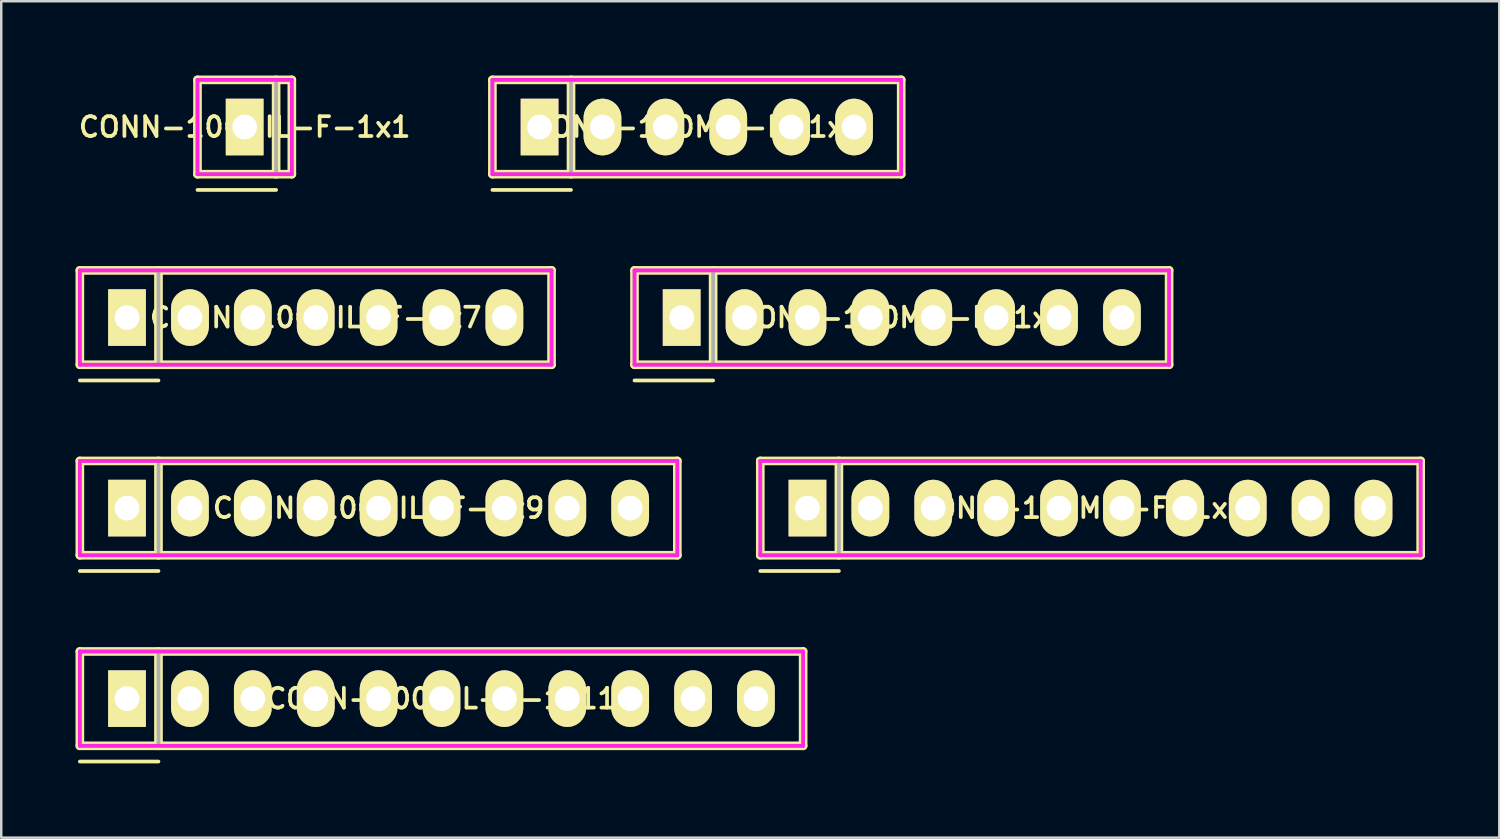
<source format=kicad_pcb>
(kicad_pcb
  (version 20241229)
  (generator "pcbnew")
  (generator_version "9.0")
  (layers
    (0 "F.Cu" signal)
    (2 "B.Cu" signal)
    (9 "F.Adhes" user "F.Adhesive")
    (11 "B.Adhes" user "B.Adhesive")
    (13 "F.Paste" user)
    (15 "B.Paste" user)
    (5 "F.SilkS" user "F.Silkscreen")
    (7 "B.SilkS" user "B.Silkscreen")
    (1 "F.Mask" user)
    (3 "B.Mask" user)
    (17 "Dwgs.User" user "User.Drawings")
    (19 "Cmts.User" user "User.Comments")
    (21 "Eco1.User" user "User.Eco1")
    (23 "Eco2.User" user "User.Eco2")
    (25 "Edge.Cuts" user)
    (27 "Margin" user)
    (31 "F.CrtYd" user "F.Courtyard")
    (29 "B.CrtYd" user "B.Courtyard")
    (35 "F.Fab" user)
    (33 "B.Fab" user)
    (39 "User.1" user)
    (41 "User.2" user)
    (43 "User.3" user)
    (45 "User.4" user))
  (footprint "CONN-100MIL-F-1x1"
    (layer "F.Cu")
    (at 6.831 2.08)
    (property "Reference" "CONN-100MIL-F-1x1" (at 0 0 0) (layer "F.SilkS") (effects (font (size 0.8 0.8) (thickness 0.15))))
    (attr through_hole)
    (fp_line (start -1.905 -1.905) (end 1.905 -1.905) (stroke (width 0.35) (type solid)) (layer "F.SilkS"))
    (fp_line (start -1.905 1.905) (end -1.905 -1.905) (stroke (width 0.35) (type solid)) (layer "F.SilkS"))
    (fp_line (start -1.905 2.54) (end 1.27 2.54) (stroke (width 0.15) (type solid)) (layer "F.SilkS"))
    (fp_line (start 1.27 -1.905) (end 1.27 1.905) (stroke (width 0.35) (type solid)) (layer "F.SilkS"))
    (fp_line (start 1.905 -1.905) (end 1.905 1.905) (stroke (width 0.35) (type solid)) (layer "F.SilkS"))
    (fp_line (start 1.905 1.905) (end -1.905 1.905) (stroke (width 0.35) (type solid)) (layer "F.SilkS"))
    (fp_line (start -1.905 -1.905) (end 1.905 -1.905) (stroke (width 0.15) (type solid)) (layer "F.CrtYd"))
    (fp_line (start -1.905 1.905) (end -1.905 -1.905) (stroke (width 0.15) (type solid)) (layer "F.CrtYd"))
    (fp_line (start 1.905 -1.905) (end 1.905 1.905) (stroke (width 0.15) (type solid)) (layer "F.CrtYd"))
    (fp_line (start 1.905 1.905) (end -1.905 1.905) (stroke (width 0.15) (type solid)) (layer "F.CrtYd"))
    (fp_line (start -1.905 -1.905) (end 1.905 -1.905) (stroke (width 0.15) (type solid)) (layer "F.Fab"))
    (fp_line (start -1.905 1.905) (end -1.905 -1.905) (stroke (width 0.15) (type solid)) (layer "F.Fab"))
    (fp_line (start 1.27 -1.905) (end 1.27 1.905) (stroke (width 0.15) (type solid)) (layer "F.Fab"))
    (fp_line (start 1.905 -1.905) (end 1.905 1.905) (stroke (width 0.15) (type solid)) (layer "F.Fab"))
    (fp_line (start 1.905 1.905) (end -1.905 1.905) (stroke (width 0.15) (type solid)) (layer "F.Fab"))
    (pad "1" thru_hole rect (at 0 0) (size 1.524 2.286) (drill 1) (layers "*.Cu" "*.Mask" "F.SilkS")))
  (footprint "CONN-100MIL-F-1x9"
    (layer "F.Cu")
    (at 12.24 17.47)
    (property "Reference" "CONN-100MIL-F-1x9" (at 0 0 0) (layer "F.SilkS") (effects (font (size 0.8 0.8) (thickness 0.15))))
    (attr through_hole)
    (fp_line (start -12.065 -1.905) (end 12.065 -1.905) (stroke (width 0.35) (type solid)) (layer "F.SilkS"))
    (fp_line (start -12.065 1.905) (end -12.065 -1.905) (stroke (width 0.35) (type solid)) (layer "F.SilkS"))
    (fp_line (start -12.065 2.54) (end -8.89 2.54) (stroke (width 0.15) (type solid)) (layer "F.SilkS"))
    (fp_line (start -8.89 -1.905) (end -8.89 1.905) (stroke (width 0.35) (type solid)) (layer "F.SilkS"))
    (fp_line (start 12.065 -1.905) (end 12.065 1.905) (stroke (width 0.35) (type solid)) (layer "F.SilkS"))
    (fp_line (start 12.065 1.905) (end -12.065 1.905) (stroke (width 0.35) (type solid)) (layer "F.SilkS"))
    (fp_line (start -12.065 -1.905) (end 12.065 -1.905) (stroke (width 0.15) (type solid)) (layer "F.CrtYd"))
    (fp_line (start -12.065 1.905) (end -12.065 -1.905) (stroke (width 0.15) (type solid)) (layer "F.CrtYd"))
    (fp_line (start 12.065 -1.905) (end 12.065 1.905) (stroke (width 0.15) (type solid)) (layer "F.CrtYd"))
    (fp_line (start 12.065 1.905) (end -12.065 1.905) (stroke (width 0.15) (type solid)) (layer "F.CrtYd"))
    (fp_line (start -12.065 -1.905) (end 12.065 -1.905) (stroke (width 0.15) (type solid)) (layer "F.Fab"))
    (fp_line (start -12.065 1.905) (end -12.065 -1.905) (stroke (width 0.15) (type solid)) (layer "F.Fab"))
    (fp_line (start -8.89 -1.905) (end -8.89 1.905) (stroke (width 0.15) (type solid)) (layer "F.Fab"))
    (fp_line (start 12.065 -1.905) (end 12.065 1.905) (stroke (width 0.15) (type solid)) (layer "F.Fab"))
    (fp_line (start 12.065 1.905) (end -12.065 1.905) (stroke (width 0.15) (type solid)) (layer "F.Fab"))
    (pad "1" thru_hole rect (at -10.16 0) (size 1.524 2.286) (drill 1) (layers "*.Cu" "*.Mask" "F.SilkS"))
    (pad "2" thru_hole oval (at -7.62 0) (size 1.524 2.286) (drill 1) (layers "*.Cu" "*.Mask" "F.SilkS"))
    (pad "3" thru_hole oval (at -5.08 0) (size 1.524 2.286) (drill 1) (layers "*.Cu" "*.Mask" "F.SilkS"))
    (pad "4" thru_hole oval (at -2.54 0) (size 1.524 2.286) (drill 1) (layers "*.Cu" "*.Mask" "F.SilkS"))
    (pad "5" thru_hole oval (at 0 0) (size 1.524 2.286) (drill 1) (layers "*.Cu" "*.Mask" "F.SilkS"))
    (pad "6" thru_hole oval (at 2.54 0) (size 1.524 2.286) (drill 1) (layers "*.Cu" "*.Mask" "F.SilkS"))
    (pad "7" thru_hole oval (at 5.08 0) (size 1.524 2.286) (drill 1) (layers "*.Cu" "*.Mask" "F.SilkS"))
    (pad "8" thru_hole oval (at 7.62 0) (size 1.524 2.286) (drill 1) (layers "*.Cu" "*.Mask" "F.SilkS"))
    (pad "9" thru_hole oval (at 10.16 0) (size 1.524 2.286) (drill 1) (layers "*.Cu" "*.Mask" "F.SilkS")))
  (footprint "CONN-100MIL-F-1x8"
    (layer "F.Cu")
    (at 33.37 9.775)
    (property "Reference" "CONN-100MIL-F-1x8" (at 0 0 0) (layer "F.SilkS") (effects (font (size 0.8 0.8) (thickness 0.15))))
    (attr through_hole)
    (fp_line (start -10.795 -1.905) (end 10.795 -1.905) (stroke (width 0.35) (type solid)) (layer "F.SilkS"))
    (fp_line (start -10.795 1.905) (end -10.795 -1.905) (stroke (width 0.35) (type solid)) (layer "F.SilkS"))
    (fp_line (start -10.795 2.54) (end -7.62 2.54) (stroke (width 0.15) (type solid)) (layer "F.SilkS"))
    (fp_line (start -7.62 -1.905) (end -7.62 1.905) (stroke (width 0.35) (type solid)) (layer "F.SilkS"))
    (fp_line (start 10.795 -1.905) (end 10.795 1.905) (stroke (width 0.35) (type solid)) (layer "F.SilkS"))
    (fp_line (start 10.795 1.905) (end -10.795 1.905) (stroke (width 0.35) (type solid)) (layer "F.SilkS"))
    (fp_line (start -10.795 -1.905) (end 10.795 -1.905) (stroke (width 0.15) (type solid)) (layer "F.CrtYd"))
    (fp_line (start -10.795 1.905) (end -10.795 -1.905) (stroke (width 0.15) (type solid)) (layer "F.CrtYd"))
    (fp_line (start 10.795 -1.905) (end 10.795 1.905) (stroke (width 0.15) (type solid)) (layer "F.CrtYd"))
    (fp_line (start 10.795 1.905) (end -10.795 1.905) (stroke (width 0.15) (type solid)) (layer "F.CrtYd"))
    (fp_line (start -10.795 -1.905) (end 10.795 -1.905) (stroke (width 0.15) (type solid)) (layer "F.Fab"))
    (fp_line (start -10.795 1.905) (end -10.795 -1.905) (stroke (width 0.15) (type solid)) (layer "F.Fab"))
    (fp_line (start -7.62 -1.905) (end -7.62 1.905) (stroke (width 0.15) (type solid)) (layer "F.Fab"))
    (fp_line (start 10.795 -1.905) (end 10.795 1.905) (stroke (width 0.15) (type solid)) (layer "F.Fab"))
    (fp_line (start 10.795 1.905) (end -10.795 1.905) (stroke (width 0.15) (type solid)) (layer "F.Fab"))
    (pad "1" thru_hole rect (at -8.89 0) (size 1.524 2.286) (drill 1) (layers "*.Cu" "*.Mask" "F.SilkS"))
    (pad "2" thru_hole oval (at -6.35 0) (size 1.524 2.286) (drill 1) (layers "*.Cu" "*.Mask" "F.SilkS"))
    (pad "3" thru_hole oval (at -3.81 0) (size 1.524 2.286) (drill 1) (layers "*.Cu" "*.Mask" "F.SilkS"))
    (pad "4" thru_hole oval (at -1.27 0) (size 1.524 2.286) (drill 1) (layers "*.Cu" "*.Mask" "F.SilkS"))
    (pad "5" thru_hole oval (at 1.27 0) (size 1.524 2.286) (drill 1) (layers "*.Cu" "*.Mask" "F.SilkS"))
    (pad "6" thru_hole oval (at 3.81 0) (size 1.524 2.286) (drill 1) (layers "*.Cu" "*.Mask" "F.SilkS"))
    (pad "7" thru_hole oval (at 6.35 0) (size 1.524 2.286) (drill 1) (layers "*.Cu" "*.Mask" "F.SilkS"))
    (pad "8" thru_hole oval (at 8.89 0) (size 1.524 2.286) (drill 1) (layers "*.Cu" "*.Mask" "F.SilkS")))
  (footprint "CONN-100MIL-F-1x7"
    (layer "F.Cu")
    (at 9.7 9.775)
    (property "Reference" "CONN-100MIL-F-1x7" (at 0 0 0) (layer "F.SilkS") (effects (font (size 0.8 0.8) (thickness 0.15))))
    (attr through_hole)
    (fp_line (start -9.525 -1.905) (end 9.525 -1.905) (stroke (width 0.35) (type solid)) (layer "F.SilkS"))
    (fp_line (start -9.525 1.905) (end -9.525 -1.905) (stroke (width 0.35) (type solid)) (layer "F.SilkS"))
    (fp_line (start -9.525 2.54) (end -6.35 2.54) (stroke (width 0.15) (type solid)) (layer "F.SilkS"))
    (fp_line (start -6.35 -1.905) (end -6.35 1.905) (stroke (width 0.35) (type solid)) (layer "F.SilkS"))
    (fp_line (start 9.525 -1.905) (end 9.525 1.905) (stroke (width 0.35) (type solid)) (layer "F.SilkS"))
    (fp_line (start 9.525 1.905) (end -9.525 1.905) (stroke (width 0.35) (type solid)) (layer "F.SilkS"))
    (fp_line (start -9.525 -1.905) (end 9.525 -1.905) (stroke (width 0.15) (type solid)) (layer "F.CrtYd"))
    (fp_line (start -9.525 1.905) (end -9.525 -1.905) (stroke (width 0.15) (type solid)) (layer "F.CrtYd"))
    (fp_line (start 9.525 -1.905) (end 9.525 1.905) (stroke (width 0.15) (type solid)) (layer "F.CrtYd"))
    (fp_line (start 9.525 1.905) (end -9.525 1.905) (stroke (width 0.15) (type solid)) (layer "F.CrtYd"))
    (fp_line (start -9.525 -1.905) (end 9.525 -1.905) (stroke (width 0.15) (type solid)) (layer "F.Fab"))
    (fp_line (start -9.525 1.905) (end -9.525 -1.905) (stroke (width 0.15) (type solid)) (layer "F.Fab"))
    (fp_line (start -6.35 -1.905) (end -6.35 1.905) (stroke (width 0.15) (type solid)) (layer "F.Fab"))
    (fp_line (start 9.525 -1.905) (end 9.525 1.905) (stroke (width 0.15) (type solid)) (layer "F.Fab"))
    (fp_line (start 9.525 1.905) (end -9.525 1.905) (stroke (width 0.15) (type solid)) (layer "F.Fab"))
    (pad "1" thru_hole rect (at -7.62 0) (size 1.524 2.286) (drill 1) (layers "*.Cu" "*.Mask" "F.SilkS"))
    (pad "2" thru_hole oval (at -5.08 0) (size 1.524 2.286) (drill 1) (layers "*.Cu" "*.Mask" "F.SilkS"))
    (pad "3" thru_hole oval (at -2.54 0) (size 1.524 2.286) (drill 1) (layers "*.Cu" "*.Mask" "F.SilkS"))
    (pad "4" thru_hole oval (at 0 0) (size 1.524 2.286) (drill 1) (layers "*.Cu" "*.Mask" "F.SilkS"))
    (pad "5" thru_hole oval (at 2.54 0) (size 1.524 2.286) (drill 1) (layers "*.Cu" "*.Mask" "F.SilkS"))
    (pad "6" thru_hole oval (at 5.08 0) (size 1.524 2.286) (drill 1) (layers "*.Cu" "*.Mask" "F.SilkS"))
    (pad "7" thru_hole oval (at 7.62 0) (size 1.524 2.286) (drill 1) (layers "*.Cu" "*.Mask" "F.SilkS")))
  (footprint "CONN-100MIL-F-1x10"
    (layer "F.Cu")
    (at 40.99 17.47)
    (property "Reference" "CONN-100MIL-F-1x10" (at 0 0 0) (layer "F.SilkS") (effects (font (size 0.8 0.8) (thickness 0.15))))
    (attr through_hole)
    (fp_line (start -13.335 -1.905) (end 13.335 -1.905) (stroke (width 0.35) (type solid)) (layer "F.SilkS"))
    (fp_line (start -13.335 1.905) (end -13.335 -1.905) (stroke (width 0.35) (type solid)) (layer "F.SilkS"))
    (fp_line (start -13.335 2.54) (end -10.16 2.54) (stroke (width 0.15) (type solid)) (layer "F.SilkS"))
    (fp_line (start -10.16 -1.905) (end -10.16 1.905) (stroke (width 0.35) (type solid)) (layer "F.SilkS"))
    (fp_line (start 13.335 -1.905) (end 13.335 1.905) (stroke (width 0.35) (type solid)) (layer "F.SilkS"))
    (fp_line (start 13.335 1.905) (end -13.335 1.905) (stroke (width 0.35) (type solid)) (layer "F.SilkS"))
    (fp_line (start -13.335 -1.905) (end 13.335 -1.905) (stroke (width 0.15) (type solid)) (layer "F.CrtYd"))
    (fp_line (start -13.335 1.905) (end -13.335 -1.905) (stroke (width 0.15) (type solid)) (layer "F.CrtYd"))
    (fp_line (start 13.335 -1.905) (end 13.335 1.905) (stroke (width 0.15) (type solid)) (layer "F.CrtYd"))
    (fp_line (start 13.335 1.905) (end -13.335 1.905) (stroke (width 0.15) (type solid)) (layer "F.CrtYd"))
    (fp_line (start -13.335 -1.905) (end 13.335 -1.905) (stroke (width 0.15) (type solid)) (layer "F.Fab"))
    (fp_line (start -13.335 1.905) (end -13.335 -1.905) (stroke (width 0.15) (type solid)) (layer "F.Fab"))
    (fp_line (start -10.16 -1.905) (end -10.16 1.905) (stroke (width 0.15) (type solid)) (layer "F.Fab"))
    (fp_line (start 13.335 -1.905) (end 13.335 1.905) (stroke (width 0.15) (type solid)) (layer "F.Fab"))
    (fp_line (start 13.335 1.905) (end -13.335 1.905) (stroke (width 0.15) (type solid)) (layer "F.Fab"))
    (pad "1" thru_hole rect (at -11.43 0) (size 1.524 2.286) (drill 1) (layers "*.Cu" "*.Mask" "F.SilkS"))
    (pad "2" thru_hole oval (at -8.89 0) (size 1.524 2.286) (drill 1) (layers "*.Cu" "*.Mask" "F.SilkS"))
    (pad "3" thru_hole oval (at -6.35 0) (size 1.524 2.286) (drill 1) (layers "*.Cu" "*.Mask" "F.SilkS"))
    (pad "4" thru_hole oval (at -3.81 0) (size 1.524 2.286) (drill 1) (layers "*.Cu" "*.Mask" "F.SilkS"))
    (pad "5" thru_hole oval (at -1.27 0) (size 1.524 2.286) (drill 1) (layers "*.Cu" "*.Mask" "F.SilkS"))
    (pad "6" thru_hole oval (at 1.27 0) (size 1.524 2.286) (drill 1) (layers "*.Cu" "*.Mask" "F.SilkS"))
    (pad "7" thru_hole oval (at 3.81 0) (size 1.524 2.286) (drill 1) (layers "*.Cu" "*.Mask" "F.SilkS"))
    (pad "8" thru_hole oval (at 6.35 0) (size 1.524 2.286) (drill 1) (layers "*.Cu" "*.Mask" "F.SilkS"))
    (pad "9" thru_hole oval (at 8.89 0) (size 1.524 2.286) (drill 1) (layers "*.Cu" "*.Mask" "F.SilkS"))
    (pad "10" thru_hole oval (at 11.43 0) (size 1.524 2.286) (drill 1) (layers "*.Cu" "*.Mask" "F.SilkS")))
  (footprint "CONN-100MIL-F-1x11"
    (layer "F.Cu")
    (at 14.78 25.165)
    (property "Reference" "CONN-100MIL-F-1x11" (at 0 0 0) (layer "F.SilkS") (effects (font (size 0.8 0.8) (thickness 0.15))))
    (attr through_hole)
    (fp_line (start -14.605 -1.905) (end 14.605 -1.905) (stroke (width 0.35) (type solid)) (layer "F.SilkS"))
    (fp_line (start -14.605 1.905) (end -14.605 -1.905) (stroke (width 0.35) (type solid)) (layer "F.SilkS"))
    (fp_line (start -14.605 2.54) (end -11.43 2.54) (stroke (width 0.15) (type solid)) (layer "F.SilkS"))
    (fp_line (start -11.43 -1.905) (end -11.43 1.905) (stroke (width 0.35) (type solid)) (layer "F.SilkS"))
    (fp_line (start 14.605 -1.905) (end 14.605 1.905) (stroke (width 0.35) (type solid)) (layer "F.SilkS"))
    (fp_line (start 14.605 1.905) (end -14.605 1.905) (stroke (width 0.35) (type solid)) (layer "F.SilkS"))
    (fp_line (start -14.605 -1.905) (end 14.605 -1.905) (stroke (width 0.15) (type solid)) (layer "F.CrtYd"))
    (fp_line (start -14.605 1.905) (end -14.605 -1.905) (stroke (width 0.15) (type solid)) (layer "F.CrtYd"))
    (fp_line (start 14.605 -1.905) (end 14.605 1.905) (stroke (width 0.15) (type solid)) (layer "F.CrtYd"))
    (fp_line (start 14.605 1.905) (end -14.605 1.905) (stroke (width 0.15) (type solid)) (layer "F.CrtYd"))
    (fp_line (start -14.605 -1.905) (end 14.605 -1.905) (stroke (width 0.15) (type solid)) (layer "F.Fab"))
    (fp_line (start -14.605 1.905) (end -14.605 -1.905) (stroke (width 0.15) (type solid)) (layer "F.Fab"))
    (fp_line (start -11.43 -1.905) (end -11.43 1.905) (stroke (width 0.15) (type solid)) (layer "F.Fab"))
    (fp_line (start 14.605 -1.905) (end 14.605 1.905) (stroke (width 0.15) (type solid)) (layer "F.Fab"))
    (fp_line (start 14.605 1.905) (end -14.605 1.905) (stroke (width 0.15) (type solid)) (layer "F.Fab"))
    (pad "1" thru_hole rect (at -12.7 0) (size 1.524 2.286) (drill 1) (layers "*.Cu" "*.Mask" "F.SilkS"))
    (pad "2" thru_hole oval (at -10.16 0) (size 1.524 2.286) (drill 1) (layers "*.Cu" "*.Mask" "F.SilkS"))
    (pad "3" thru_hole oval (at -7.62 0) (size 1.524 2.286) (drill 1) (layers "*.Cu" "*.Mask" "F.SilkS"))
    (pad "4" thru_hole oval (at -5.08 0) (size 1.524 2.286) (drill 1) (layers "*.Cu" "*.Mask" "F.SilkS"))
    (pad "5" thru_hole oval (at -2.54 0) (size 1.524 2.286) (drill 1) (layers "*.Cu" "*.Mask" "F.SilkS"))
    (pad "6" thru_hole oval (at 0 0) (size 1.524 2.286) (drill 1) (layers "*.Cu" "*.Mask" "F.SilkS"))
    (pad "7" thru_hole oval (at 2.54 0) (size 1.524 2.286) (drill 1) (layers "*.Cu" "*.Mask" "F.SilkS"))
    (pad "8" thru_hole oval (at 5.08 0) (size 1.524 2.286) (drill 1) (layers "*.Cu" "*.Mask" "F.SilkS"))
    (pad "9" thru_hole oval (at 7.62 0) (size 1.524 2.286) (drill 1) (layers "*.Cu" "*.Mask" "F.SilkS"))
    (pad "10" thru_hole oval (at 10.16 0) (size 1.524 2.286) (drill 1) (layers "*.Cu" "*.Mask" "F.SilkS"))
    (pad "11" thru_hole oval (at 12.7 0) (size 1.524 2.286) (drill 1) (layers "*.Cu" "*.Mask" "F.SilkS")))
  (footprint "CONN-100MIL-F-1x6"
    (layer "F.Cu")
    (at 25.091 2.08)
    (property "Reference" "CONN-100MIL-F-1x6" (at 0 0 0) (layer "F.SilkS") (effects (font (size 0.8 0.8) (thickness 0.15))))
    (attr through_hole)
    (fp_line (start -8.255 -1.905) (end 8.255 -1.905) (stroke (width 0.35) (type solid)) (layer "F.SilkS"))
    (fp_line (start -8.255 1.905) (end -8.255 -1.905) (stroke (width 0.35) (type solid)) (layer "F.SilkS"))
    (fp_line (start -8.255 2.54) (end -5.08 2.54) (stroke (width 0.15) (type solid)) (layer "F.SilkS"))
    (fp_line (start -5.08 -1.905) (end -5.08 1.905) (stroke (width 0.35) (type solid)) (layer "F.SilkS"))
    (fp_line (start 8.255 -1.905) (end 8.255 1.905) (stroke (width 0.35) (type solid)) (layer "F.SilkS"))
    (fp_line (start 8.255 1.905) (end -8.255 1.905) (stroke (width 0.35) (type solid)) (layer "F.SilkS"))
    (fp_line (start -8.255 -1.905) (end 8.255 -1.905) (stroke (width 0.15) (type solid)) (layer "F.CrtYd"))
    (fp_line (start -8.255 1.905) (end -8.255 -1.905) (stroke (width 0.15) (type solid)) (layer "F.CrtYd"))
    (fp_line (start 8.255 -1.905) (end 8.255 1.905) (stroke (width 0.15) (type solid)) (layer "F.CrtYd"))
    (fp_line (start 8.255 1.905) (end -8.255 1.905) (stroke (width 0.15) (type solid)) (layer "F.CrtYd"))
    (fp_line (start -8.255 -1.905) (end 8.255 -1.905) (stroke (width 0.15) (type solid)) (layer "F.Fab"))
    (fp_line (start -8.255 1.905) (end -8.255 -1.905) (stroke (width 0.15) (type solid)) (layer "F.Fab"))
    (fp_line (start -5.08 -1.905) (end -5.08 1.905) (stroke (width 0.15) (type solid)) (layer "F.Fab"))
    (fp_line (start 8.255 -1.905) (end 8.255 1.905) (stroke (width 0.15) (type solid)) (layer "F.Fab"))
    (fp_line (start 8.255 1.905) (end -8.255 1.905) (stroke (width 0.15) (type solid)) (layer "F.Fab"))
    (pad "1" thru_hole rect (at -6.35 0) (size 1.524 2.286) (drill 1) (layers "*.Cu" "*.Mask" "F.SilkS"))
    (pad "2" thru_hole oval (at -3.81 0) (size 1.524 2.286) (drill 1) (layers "*.Cu" "*.Mask" "F.SilkS"))
    (pad "3" thru_hole oval (at -1.27 0) (size 1.524 2.286) (drill 1) (layers "*.Cu" "*.Mask" "F.SilkS"))
    (pad "4" thru_hole oval (at 1.27 0) (size 1.524 2.286) (drill 1) (layers "*.Cu" "*.Mask" "F.SilkS"))
    (pad "5" thru_hole oval (at 3.81 0) (size 1.524 2.286) (drill 1) (layers "*.Cu" "*.Mask" "F.SilkS"))
    (pad "6" thru_hole oval (at 6.35 0) (size 1.524 2.286) (drill 1) (layers "*.Cu" "*.Mask" "F.SilkS")))
  (gr_rect
    (start -3 -3)
    (end 57.5 30.78)
    (stroke (width 0.1) (type default))
    (fill no)
    (layer "Edge.Cuts")))
</source>
